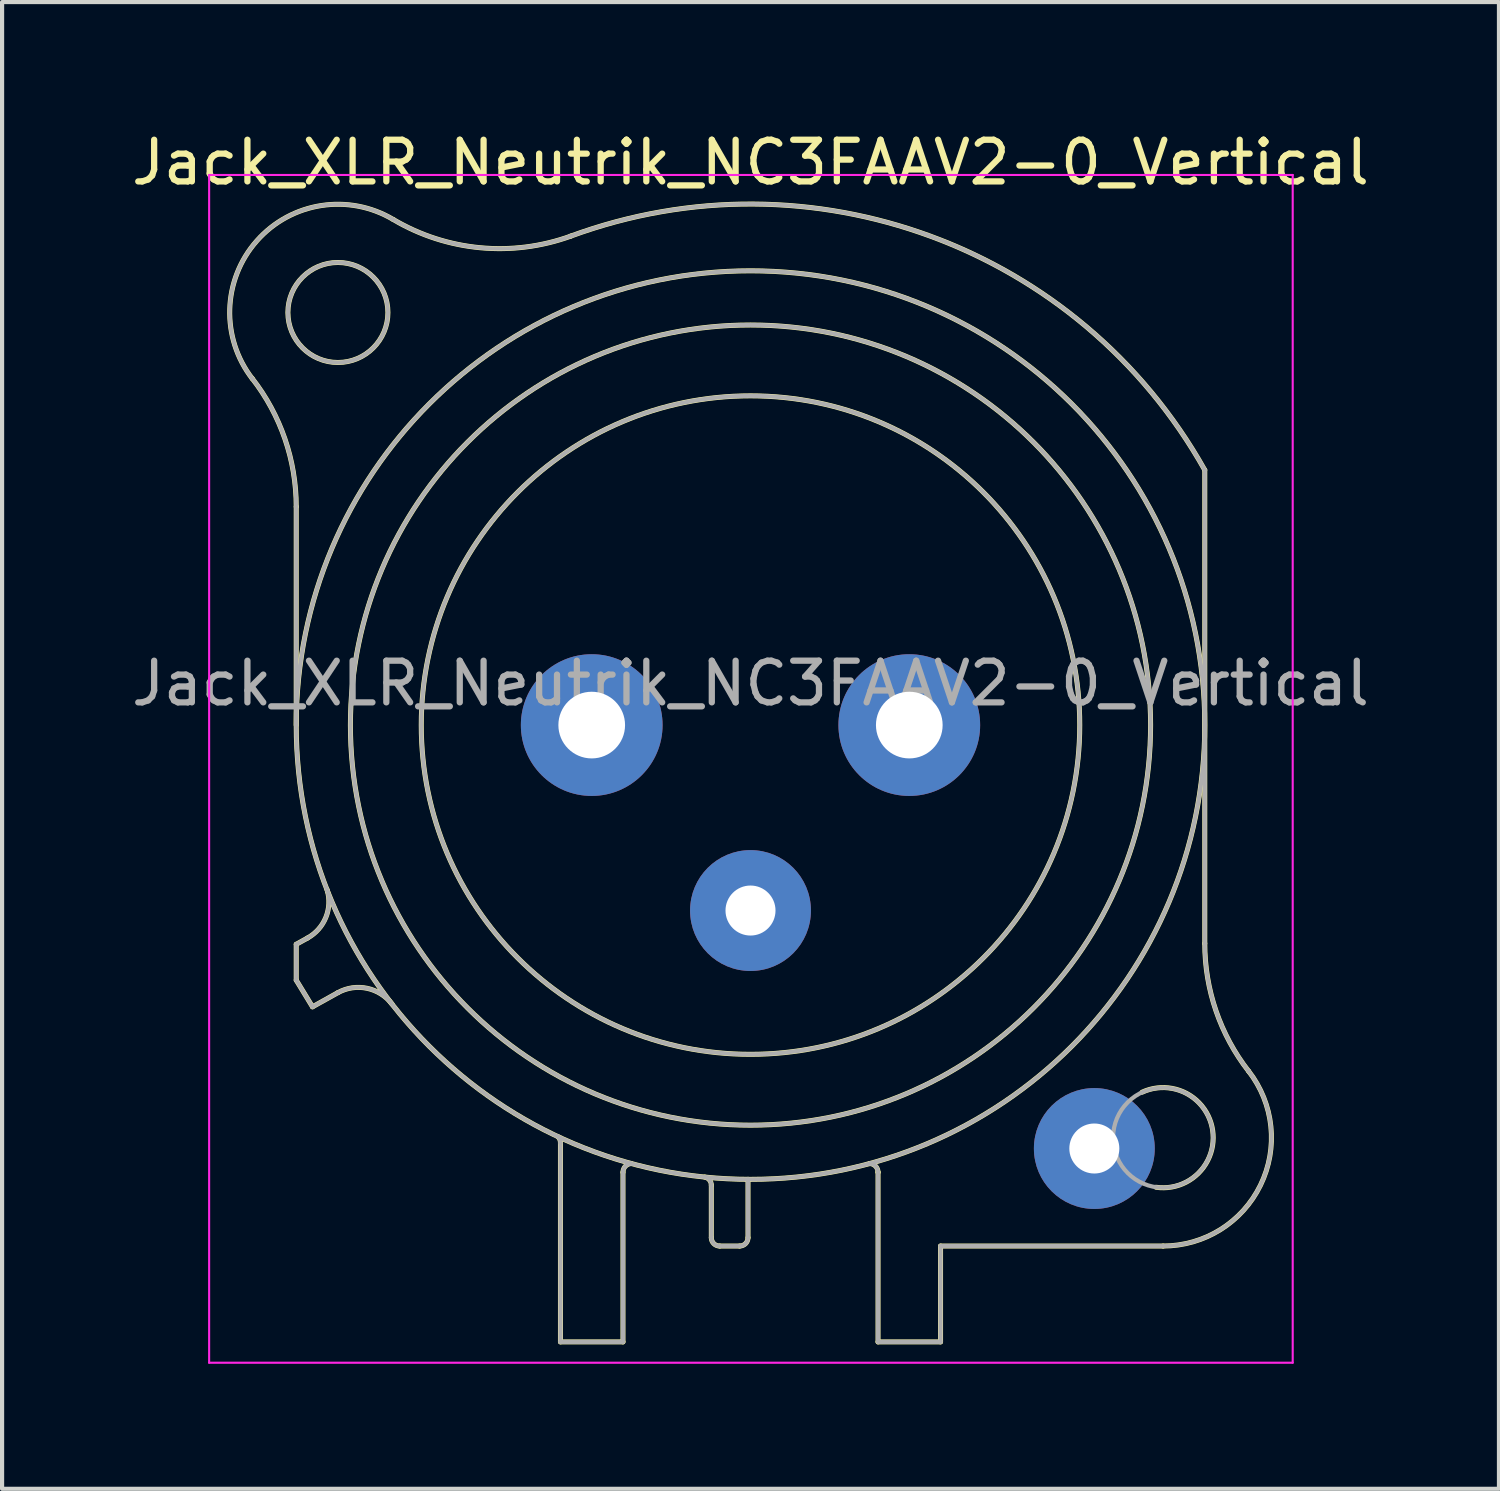
<source format=kicad_pcb>
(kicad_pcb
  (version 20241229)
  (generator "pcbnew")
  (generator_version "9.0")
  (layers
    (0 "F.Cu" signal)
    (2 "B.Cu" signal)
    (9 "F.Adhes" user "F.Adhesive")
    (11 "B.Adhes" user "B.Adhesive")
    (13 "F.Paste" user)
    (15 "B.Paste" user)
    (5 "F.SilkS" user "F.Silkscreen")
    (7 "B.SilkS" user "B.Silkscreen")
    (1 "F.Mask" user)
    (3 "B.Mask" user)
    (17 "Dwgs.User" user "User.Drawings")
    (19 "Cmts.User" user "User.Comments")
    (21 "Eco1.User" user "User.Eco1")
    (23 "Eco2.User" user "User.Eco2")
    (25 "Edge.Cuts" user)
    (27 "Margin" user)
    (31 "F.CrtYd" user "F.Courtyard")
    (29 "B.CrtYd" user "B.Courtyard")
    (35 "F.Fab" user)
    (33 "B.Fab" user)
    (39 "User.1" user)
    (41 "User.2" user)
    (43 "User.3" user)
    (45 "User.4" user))
  (footprint "Jack_XLR_Neutrik_NC3FAAV2-0_Vertical"
    (layer "F.Cu")
    (at 18.768 14.348)
    (property "Reference" "Jack_XLR_Neutrik_NC3FAAV2-0_Vertical" (at -3.81 -13.5 0) (layer "F.SilkS") (effects (font (size 1 1) (thickness 0.15))))
    (attr through_hole)
    (fp_line (start -14.71 0) (end -14.71 -5.24) (stroke (width 0.12) (type solid)) (layer "F.SilkS"))
    (fp_line (start -14.71 5.26) (end -14.44 5.11) (stroke (width 0.12) (type solid)) (layer "F.SilkS"))
    (fp_line (start -14.71 6.12) (end -14.71 5.26) (stroke (width 0.12) (type solid)) (layer "F.SilkS"))
    (fp_line (start -14.32 6.76) (end -14.71 6.12) (stroke (width 0.12) (type solid)) (layer "F.SilkS"))
    (fp_line (start -13.71 6.42) (end -14.32 6.76) (stroke (width 0.12) (type solid)) (layer "F.SilkS"))
    (fp_line (start -8.37 10.03) (end -8.37 14.8) (stroke (width 0.12) (type solid)) (layer "F.SilkS"))
    (fp_line (start -6.87 14.8) (end -8.37 14.8) (stroke (width 0.12) (type solid)) (layer "F.SilkS"))
    (fp_line (start -6.87 14.8) (end -6.87 10.73) (stroke (width 0.12) (type solid)) (layer "F.SilkS"))
    (fp_line (start -4.75 11.04) (end -4.75 12.3) (stroke (width 0.12) (type solid)) (layer "F.SilkS"))
    (fp_line (start -4.07 12.5) (end -4.55 12.5) (stroke (width 0.12) (type solid)) (layer "F.SilkS"))
    (fp_line (start -3.87 10.9) (end -3.87 12.3) (stroke (width 0.12) (type solid)) (layer "F.SilkS"))
    (fp_line (start -0.75 10.73) (end -0.75 10.73) (stroke (width 0.12) (type solid)) (layer "F.SilkS"))
    (fp_line (start -0.75 14.8) (end -0.75 10.73) (stroke (width 0.12) (type solid)) (layer "F.SilkS"))
    (fp_line (start 0.75 12.5) (end 6.09 12.5) (stroke (width 0.12) (type solid)) (layer "F.SilkS"))
    (fp_line (start 0.75 14.8) (end -0.75 14.8) (stroke (width 0.12) (type solid)) (layer "F.SilkS"))
    (fp_line (start 0.75 14.8) (end 0.75 12.5) (stroke (width 0.12) (type solid)) (layer "F.SilkS"))
    (fp_line (start 7.09 5.24) (end 7.09 -6.12) (stroke (width 0.12) (type solid)) (layer "F.SilkS"))
    (fp_arc (start -15.766689 -8.317569) (mid -14.98153 -6.866962) (end -14.71 -5.24) (stroke (width 0.12) (type solid)) (layer "F.SilkS"))
    (fp_arc (start -15.761979 -8.309032) (mid -15.65429 -11.620911) (end -12.38 -12.13) (stroke (width 0.12) (type solid)) (layer "F.SilkS"))
    (fp_arc (start -13.969214 3.951372) (mid -13.999461 4.614043) (end -14.44 5.11) (stroke (width 0.12) (type solid)) (layer "F.SilkS"))
    (fp_arc (start -13.71 6.42) (mid -13.01025 6.315915) (end -12.412202 6.693832) (stroke (width 0.12) (type solid)) (layer "F.SilkS"))
    (fp_arc (start -8.436364 9.870864) (mid -8.385177 9.942924) (end -8.37 10.03) (stroke (width 0.12) (type solid)) (layer "F.SilkS"))
    (fp_arc (start -8.12905 -11.730738) (mid 0.51404 -11.7289) (end 7.09 -6.12) (stroke (width 0.12) (type solid)) (layer "F.SilkS"))
    (fp_arc (start -8.118081 -11.733841) (mid -10.293498 -11.453642) (end -12.38 -12.13) (stroke (width 0.12) (type solid)) (layer "F.SilkS"))
    (fp_arc (start -6.87 10.73) (mid -6.814828 10.588126) (end -6.678303 10.520799) (stroke (width 0.12) (type solid)) (layer "F.SilkS"))
    (fp_arc (start -4.908418 10.84437) (mid -4.794571 10.914136) (end -4.75 11.04) (stroke (width 0.12) (type solid)) (layer "F.SilkS"))
    (fp_arc (start -4.55 12.5) (mid -4.691421 12.441421) (end -4.75 12.3) (stroke (width 0.12) (type solid)) (layer "F.SilkS"))
    (fp_arc (start -3.87 12.3) (mid -3.928579 12.441421) (end -4.07 12.5) (stroke (width 0.12) (type solid)) (layer "F.SilkS"))
    (fp_arc (start -0.949009 10.520288) (mid -0.807671 10.585446) (end -0.75 10.73) (stroke (width 0.12) (type solid)) (layer "F.SilkS"))
    (fp_arc (start 5.584454 8.809393) (mid 7.279278 9.725021) (end 5.92 11.09) (stroke (width 0.12) (type solid)) (layer "F.SilkS"))
    (fp_arc (start 8.141619 8.302858) (mid 8.42587 11.041804) (end 6.09 12.5) (stroke (width 0.12) (type solid)) (layer "F.SilkS"))
    (fp_arc (start 8.14247 8.305283) (mid 7.360446 6.860467) (end 7.09 5.24) (stroke (width 0.12) (type solid)) (layer "F.SilkS"))
    (fp_circle (center -13.71 -9.9) (end -12.51 -9.9) (stroke (width 0.12) (type solid)) (fill no) (layer "F.SilkS"))
    (fp_circle (center -3.81 0) (end 4.09 0) (stroke (width 0.12) (type solid)) (fill no) (layer "F.SilkS"))
    (fp_circle (center -3.81 0) (end 5.79 0) (stroke (width 0.12) (type solid)) (fill no) (layer "F.SilkS"))
    (fp_circle (center -3.81 0) (end 7.09 0) (stroke (width 0.12) (type solid)) (fill no) (layer "F.SilkS"))
    (fp_line (start -16.8 -13.2) (end 9.2 -13.2) (stroke (width 0.05) (type solid)) (layer "F.CrtYd"))
    (fp_line (start -16.8 15.3) (end -16.8 -13.2) (stroke (width 0.05) (type solid)) (layer "F.CrtYd"))
    (fp_line (start 9.2 -13.2) (end 9.2 15.3) (stroke (width 0.05) (type solid)) (layer "F.CrtYd"))
    (fp_line (start 9.2 15.3) (end -16.8 15.3) (stroke (width 0.05) (type solid)) (layer "F.CrtYd"))
    (fp_line (start -14.71 0) (end -14.71 -5.24) (stroke (width 0.1) (type solid)) (layer "F.Fab"))
    (fp_line (start -14.71 5.26) (end -14.44 5.11) (stroke (width 0.1) (type solid)) (layer "F.Fab"))
    (fp_line (start -14.71 6.12) (end -14.71 5.26) (stroke (width 0.1) (type solid)) (layer "F.Fab"))
    (fp_line (start -14.32 6.76) (end -14.71 6.12) (stroke (width 0.1) (type solid)) (layer "F.Fab"))
    (fp_line (start -13.71 6.42) (end -14.32 6.76) (stroke (width 0.1) (type solid)) (layer "F.Fab"))
    (fp_line (start -8.37 10.03) (end -8.37 14.8) (stroke (width 0.1) (type solid)) (layer "F.Fab"))
    (fp_line (start -6.87 14.8) (end -8.37 14.8) (stroke (width 0.1) (type solid)) (layer "F.Fab"))
    (fp_line (start -6.87 14.8) (end -6.87 10.73) (stroke (width 0.1) (type solid)) (layer "F.Fab"))
    (fp_line (start -4.75 11.04) (end -4.75 12.3) (stroke (width 0.1) (type solid)) (layer "F.Fab"))
    (fp_line (start -4.07 12.5) (end -4.55 12.5) (stroke (width 0.1) (type solid)) (layer "F.Fab"))
    (fp_line (start -3.87 10.9) (end -3.87 12.3) (stroke (width 0.1) (type solid)) (layer "F.Fab"))
    (fp_line (start -0.75 10.73) (end -0.75 10.73) (stroke (width 0.1) (type solid)) (layer "F.Fab"))
    (fp_line (start -0.75 14.8) (end -0.75 10.73) (stroke (width 0.1) (type solid)) (layer "F.Fab"))
    (fp_line (start 0.75 12.5) (end 6.09 12.5) (stroke (width 0.1) (type solid)) (layer "F.Fab"))
    (fp_line (start 0.75 14.8) (end -0.75 14.8) (stroke (width 0.1) (type solid)) (layer "F.Fab"))
    (fp_line (start 0.75 14.8) (end 0.75 12.5) (stroke (width 0.1) (type solid)) (layer "F.Fab"))
    (fp_line (start 7.09 5.24) (end 7.09 -6.12) (stroke (width 0.1) (type solid)) (layer "F.Fab"))
    (fp_arc (start -15.766689 -8.317569) (mid -14.98153 -6.866962) (end -14.71 -5.24) (stroke (width 0.1) (type solid)) (layer "F.Fab"))
    (fp_arc (start -15.761979 -8.309032) (mid -15.65429 -11.620911) (end -12.38 -12.13) (stroke (width 0.1) (type solid)) (layer "F.Fab"))
    (fp_arc (start -13.969214 3.951372) (mid -13.999461 4.614043) (end -14.44 5.11) (stroke (width 0.1) (type solid)) (layer "F.Fab"))
    (fp_arc (start -13.71 6.42) (mid -13.01025 6.315915) (end -12.412202 6.693832) (stroke (width 0.1) (type solid)) (layer "F.Fab"))
    (fp_arc (start -8.436364 9.870864) (mid -8.385177 9.942924) (end -8.37 10.03) (stroke (width 0.1) (type solid)) (layer "F.Fab"))
    (fp_arc (start -8.12905 -11.730738) (mid 0.51404 -11.7289) (end 7.09 -6.12) (stroke (width 0.1) (type solid)) (layer "F.Fab"))
    (fp_arc (start -8.118081 -11.733841) (mid -10.293498 -11.453642) (end -12.38 -12.13) (stroke (width 0.1) (type solid)) (layer "F.Fab"))
    (fp_arc (start -6.87 10.73) (mid -6.814828 10.588126) (end -6.678303 10.520799) (stroke (width 0.1) (type solid)) (layer "F.Fab"))
    (fp_arc (start -4.908418 10.84437) (mid -4.794571 10.914136) (end -4.75 11.04) (stroke (width 0.1) (type solid)) (layer "F.Fab"))
    (fp_arc (start -4.55 12.5) (mid -4.691421 12.441421) (end -4.75 12.3) (stroke (width 0.1) (type solid)) (layer "F.Fab"))
    (fp_arc (start -3.87 12.3) (mid -3.928579 12.441421) (end -4.07 12.5) (stroke (width 0.1) (type solid)) (layer "F.Fab"))
    (fp_arc (start -0.949009 10.520288) (mid -0.807671 10.585446) (end -0.75 10.73) (stroke (width 0.1) (type solid)) (layer "F.Fab"))
    (fp_arc (start 8.141619 8.302858) (mid 8.42587 11.041804) (end 6.09 12.5) (stroke (width 0.1) (type solid)) (layer "F.Fab"))
    (fp_arc (start 8.14247 8.305283) (mid 7.360446 6.860467) (end 7.09 5.24) (stroke (width 0.1) (type solid)) (layer "F.Fab"))
    (fp_circle (center -13.71 -9.9) (end -12.51 -9.9) (stroke (width 0.1) (type solid)) (fill no) (layer "F.Fab"))
    (fp_circle (center -3.81 0) (end 4.09 0) (stroke (width 0.1) (type solid)) (fill no) (layer "F.Fab"))
    (fp_circle (center -3.81 0) (end 5.79 0) (stroke (width 0.1) (type solid)) (fill no) (layer "F.Fab"))
    (fp_circle (center -3.81 0) (end 7.09 0) (stroke (width 0.1) (type solid)) (fill no) (layer "F.Fab"))
    (fp_circle (center 6.09 9.9) (end 7.29 9.9) (stroke (width 0.1) (type solid)) (fill no) (layer "F.Fab"))
    (fp_text user "${REFERENCE}" (at -3.81 -1 0) (layer "F.Fab") (effects (font (size 1 1) (thickness 0.15))))
    (pad "1" thru_hole circle (at 0 0) (size 3.4 3.4) (drill 1.6) (layers "*.Cu" "*.Mask"))
    (pad "2" thru_hole circle (at -7.62 0) (size 3.4 3.4) (drill 1.6) (layers "*.Cu" "*.Mask"))
    (pad "3" thru_hole circle (at -3.81 4.45) (size 2.9 2.9) (drill 1.2) (layers "*.Cu" "*.Mask"))
    (pad "G" thru_hole circle (at 4.44 10.16) (size 2.9 2.9) (drill 1.2) (layers "*.Cu" "*.Mask")))
  (gr_rect
    (start -3 -3)
    (end 32.917 32.673)
    (stroke (width 0.1) (type default))
    (fill no)
    (layer "Edge.Cuts")))
</source>
